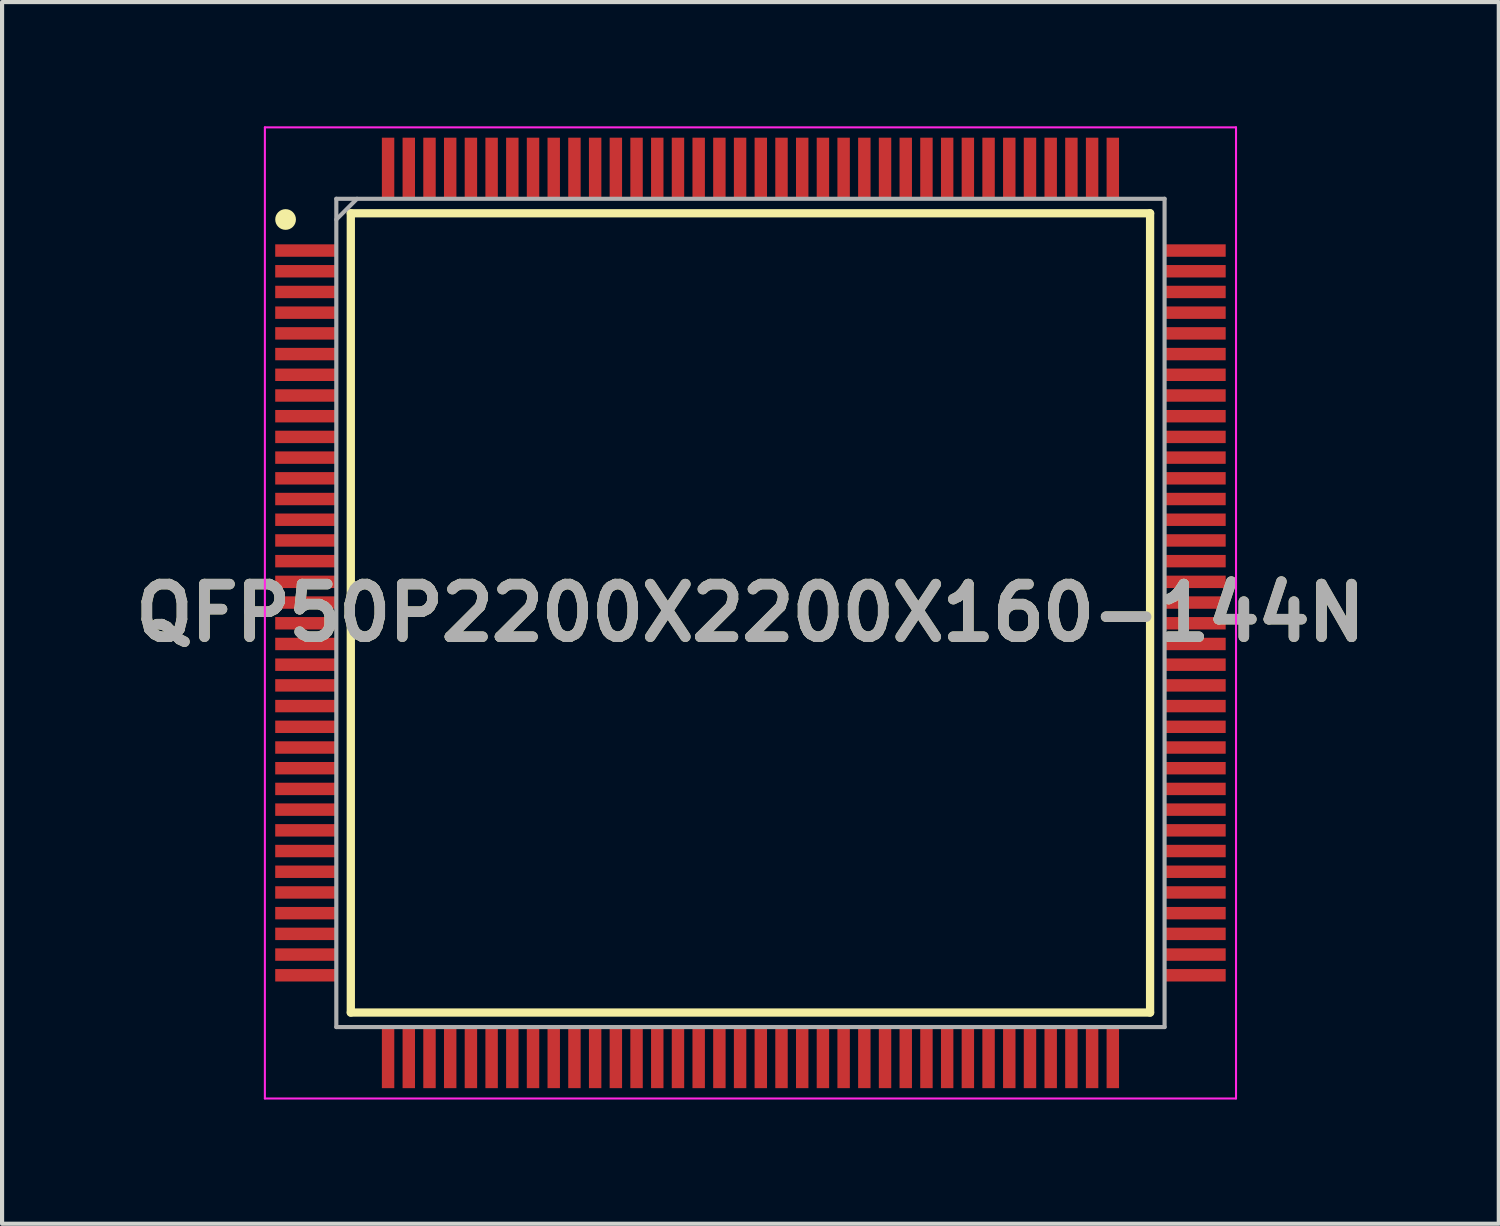
<source format=kicad_pcb>
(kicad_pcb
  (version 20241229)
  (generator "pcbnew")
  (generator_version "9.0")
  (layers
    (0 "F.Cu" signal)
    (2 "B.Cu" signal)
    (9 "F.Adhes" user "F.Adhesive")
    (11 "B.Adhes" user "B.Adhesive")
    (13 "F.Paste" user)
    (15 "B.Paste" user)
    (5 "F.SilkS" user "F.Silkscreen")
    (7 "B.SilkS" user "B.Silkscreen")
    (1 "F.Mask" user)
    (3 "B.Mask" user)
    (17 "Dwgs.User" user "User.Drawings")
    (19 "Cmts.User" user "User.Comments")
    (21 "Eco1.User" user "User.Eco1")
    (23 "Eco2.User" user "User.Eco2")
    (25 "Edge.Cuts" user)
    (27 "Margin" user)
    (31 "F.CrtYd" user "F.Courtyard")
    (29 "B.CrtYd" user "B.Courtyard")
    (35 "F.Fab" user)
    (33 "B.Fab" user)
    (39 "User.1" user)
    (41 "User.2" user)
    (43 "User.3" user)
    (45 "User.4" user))
  (footprint "QFP50P2200X2200X160-144N"
    (layer "F.Cu")
    (at 15.071 11.75)
    (property "Reference" "QFP50P2200X2200X160-144N" (at 0 0 0) (layer "F.SilkS") (effects (font (size 1.27 1.27) (thickness 0.254))))
    (attr smd)
    (fp_line (start -9.65 -9.65) (end 9.65 -9.65) (stroke (width 0.2) (type solid)) (layer "F.SilkS"))
    (fp_line (start -9.65 9.65) (end -9.65 -9.65) (stroke (width 0.2) (type solid)) (layer "F.SilkS"))
    (fp_line (start 9.65 -9.65) (end 9.65 9.65) (stroke (width 0.2) (type solid)) (layer "F.SilkS"))
    (fp_line (start 9.65 9.65) (end -9.65 9.65) (stroke (width 0.2) (type solid)) (layer "F.SilkS"))
    (fp_circle (center -11.225 -9.5) (end -11.225 -9.375) (stroke (width 0.25) (type solid)) (fill no) (layer "F.SilkS"))
    (fp_line (start -11.725 -11.725) (end 11.725 -11.725) (stroke (width 0.05) (type solid)) (layer "F.CrtYd"))
    (fp_line (start -11.725 11.725) (end -11.725 -11.725) (stroke (width 0.05) (type solid)) (layer "F.CrtYd"))
    (fp_line (start 11.725 -11.725) (end 11.725 11.725) (stroke (width 0.05) (type solid)) (layer "F.CrtYd"))
    (fp_line (start 11.725 11.725) (end -11.725 11.725) (stroke (width 0.05) (type solid)) (layer "F.CrtYd"))
    (fp_line (start -10 -10) (end 10 -10) (stroke (width 0.1) (type solid)) (layer "F.Fab"))
    (fp_line (start -10 -9.5) (end -9.5 -10) (stroke (width 0.1) (type solid)) (layer "F.Fab"))
    (fp_line (start -10 10) (end -10 -10) (stroke (width 0.1) (type solid)) (layer "F.Fab"))
    (fp_line (start 10 -10) (end 10 10) (stroke (width 0.1) (type solid)) (layer "F.Fab"))
    (fp_line (start 10 10) (end -10 10) (stroke (width 0.1) (type solid)) (layer "F.Fab"))
    (fp_text user "${REFERENCE}" (at 0 0 0) (layer "F.Fab") (effects (font (size 1.27 1.27) (thickness 0.254))))
    (pad "1" smd rect (at -10.738 -8.75 90) (size 0.3 1.475) (layers "F.Cu" "F.Mask" "F.Paste"))
    (pad "2" smd rect (at -10.738 -8.25 90) (size 0.3 1.475) (layers "F.Cu" "F.Mask" "F.Paste"))
    (pad "3" smd rect (at -10.738 -7.75 90) (size 0.3 1.475) (layers "F.Cu" "F.Mask" "F.Paste"))
    (pad "4" smd rect (at -10.738 -7.25 90) (size 0.3 1.475) (layers "F.Cu" "F.Mask" "F.Paste"))
    (pad "5" smd rect (at -10.738 -6.75 90) (size 0.3 1.475) (layers "F.Cu" "F.Mask" "F.Paste"))
    (pad "6" smd rect (at -10.738 -6.25 90) (size 0.3 1.475) (layers "F.Cu" "F.Mask" "F.Paste"))
    (pad "7" smd rect (at -10.738 -5.75 90) (size 0.3 1.475) (layers "F.Cu" "F.Mask" "F.Paste"))
    (pad "8" smd rect (at -10.738 -5.25 90) (size 0.3 1.475) (layers "F.Cu" "F.Mask" "F.Paste"))
    (pad "9" smd rect (at -10.738 -4.75 90) (size 0.3 1.475) (layers "F.Cu" "F.Mask" "F.Paste"))
    (pad "10" smd rect (at -10.738 -4.25 90) (size 0.3 1.475) (layers "F.Cu" "F.Mask" "F.Paste"))
    (pad "11" smd rect (at -10.738 -3.75 90) (size 0.3 1.475) (layers "F.Cu" "F.Mask" "F.Paste"))
    (pad "12" smd rect (at -10.738 -3.25 90) (size 0.3 1.475) (layers "F.Cu" "F.Mask" "F.Paste"))
    (pad "13" smd rect (at -10.738 -2.75 90) (size 0.3 1.475) (layers "F.Cu" "F.Mask" "F.Paste"))
    (pad "14" smd rect (at -10.738 -2.25 90) (size 0.3 1.475) (layers "F.Cu" "F.Mask" "F.Paste"))
    (pad "15" smd rect (at -10.738 -1.75 90) (size 0.3 1.475) (layers "F.Cu" "F.Mask" "F.Paste"))
    (pad "16" smd rect (at -10.738 -1.25 90) (size 0.3 1.475) (layers "F.Cu" "F.Mask" "F.Paste"))
    (pad "17" smd rect (at -10.738 -0.75 90) (size 0.3 1.475) (layers "F.Cu" "F.Mask" "F.Paste"))
    (pad "18" smd rect (at -10.738 -0.25 90) (size 0.3 1.475) (layers "F.Cu" "F.Mask" "F.Paste"))
    (pad "19" smd rect (at -10.738 0.25 90) (size 0.3 1.475) (layers "F.Cu" "F.Mask" "F.Paste"))
    (pad "20" smd rect (at -10.738 0.75 90) (size 0.3 1.475) (layers "F.Cu" "F.Mask" "F.Paste"))
    (pad "21" smd rect (at -10.738 1.25 90) (size 0.3 1.475) (layers "F.Cu" "F.Mask" "F.Paste"))
    (pad "22" smd rect (at -10.738 1.75 90) (size 0.3 1.475) (layers "F.Cu" "F.Mask" "F.Paste"))
    (pad "23" smd rect (at -10.738 2.25 90) (size 0.3 1.475) (layers "F.Cu" "F.Mask" "F.Paste"))
    (pad "24" smd rect (at -10.738 2.75 90) (size 0.3 1.475) (layers "F.Cu" "F.Mask" "F.Paste"))
    (pad "25" smd rect (at -10.738 3.25 90) (size 0.3 1.475) (layers "F.Cu" "F.Mask" "F.Paste"))
    (pad "26" smd rect (at -10.738 3.75 90) (size 0.3 1.475) (layers "F.Cu" "F.Mask" "F.Paste"))
    (pad "27" smd rect (at -10.738 4.25 90) (size 0.3 1.475) (layers "F.Cu" "F.Mask" "F.Paste"))
    (pad "28" smd rect (at -10.738 4.75 90) (size 0.3 1.475) (layers "F.Cu" "F.Mask" "F.Paste"))
    (pad "29" smd rect (at -10.738 5.25 90) (size 0.3 1.475) (layers "F.Cu" "F.Mask" "F.Paste"))
    (pad "30" smd rect (at -10.738 5.75 90) (size 0.3 1.475) (layers "F.Cu" "F.Mask" "F.Paste"))
    (pad "31" smd rect (at -10.738 6.25 90) (size 0.3 1.475) (layers "F.Cu" "F.Mask" "F.Paste"))
    (pad "32" smd rect (at -10.738 6.75 90) (size 0.3 1.475) (layers "F.Cu" "F.Mask" "F.Paste"))
    (pad "33" smd rect (at -10.738 7.25 90) (size 0.3 1.475) (layers "F.Cu" "F.Mask" "F.Paste"))
    (pad "34" smd rect (at -10.738 7.75 90) (size 0.3 1.475) (layers "F.Cu" "F.Mask" "F.Paste"))
    (pad "35" smd rect (at -10.738 8.25 90) (size 0.3 1.475) (layers "F.Cu" "F.Mask" "F.Paste"))
    (pad "36" smd rect (at -10.738 8.75 90) (size 0.3 1.475) (layers "F.Cu" "F.Mask" "F.Paste"))
    (pad "37" smd rect (at -8.75 10.738) (size 0.3 1.475) (layers "F.Cu" "F.Mask" "F.Paste"))
    (pad "38" smd rect (at -8.25 10.738) (size 0.3 1.475) (layers "F.Cu" "F.Mask" "F.Paste"))
    (pad "39" smd rect (at -7.75 10.738) (size 0.3 1.475) (layers "F.Cu" "F.Mask" "F.Paste"))
    (pad "40" smd rect (at -7.25 10.738) (size 0.3 1.475) (layers "F.Cu" "F.Mask" "F.Paste"))
    (pad "41" smd rect (at -6.75 10.738) (size 0.3 1.475) (layers "F.Cu" "F.Mask" "F.Paste"))
    (pad "42" smd rect (at -6.25 10.738) (size 0.3 1.475) (layers "F.Cu" "F.Mask" "F.Paste"))
    (pad "43" smd rect (at -5.75 10.738) (size 0.3 1.475) (layers "F.Cu" "F.Mask" "F.Paste"))
    (pad "44" smd rect (at -5.25 10.738) (size 0.3 1.475) (layers "F.Cu" "F.Mask" "F.Paste"))
    (pad "45" smd rect (at -4.75 10.738) (size 0.3 1.475) (layers "F.Cu" "F.Mask" "F.Paste"))
    (pad "46" smd rect (at -4.25 10.738) (size 0.3 1.475) (layers "F.Cu" "F.Mask" "F.Paste"))
    (pad "47" smd rect (at -3.75 10.738) (size 0.3 1.475) (layers "F.Cu" "F.Mask" "F.Paste"))
    (pad "48" smd rect (at -3.25 10.738) (size 0.3 1.475) (layers "F.Cu" "F.Mask" "F.Paste"))
    (pad "49" smd rect (at -2.75 10.738) (size 0.3 1.475) (layers "F.Cu" "F.Mask" "F.Paste"))
    (pad "50" smd rect (at -2.25 10.738) (size 0.3 1.475) (layers "F.Cu" "F.Mask" "F.Paste"))
    (pad "51" smd rect (at -1.75 10.738) (size 0.3 1.475) (layers "F.Cu" "F.Mask" "F.Paste"))
    (pad "52" smd rect (at -1.25 10.738) (size 0.3 1.475) (layers "F.Cu" "F.Mask" "F.Paste"))
    (pad "53" smd rect (at -0.75 10.738) (size 0.3 1.475) (layers "F.Cu" "F.Mask" "F.Paste"))
    (pad "54" smd rect (at -0.25 10.738) (size 0.3 1.475) (layers "F.Cu" "F.Mask" "F.Paste"))
    (pad "55" smd rect (at 0.25 10.738) (size 0.3 1.475) (layers "F.Cu" "F.Mask" "F.Paste"))
    (pad "56" smd rect (at 0.75 10.738) (size 0.3 1.475) (layers "F.Cu" "F.Mask" "F.Paste"))
    (pad "57" smd rect (at 1.25 10.738) (size 0.3 1.475) (layers "F.Cu" "F.Mask" "F.Paste"))
    (pad "58" smd rect (at 1.75 10.738) (size 0.3 1.475) (layers "F.Cu" "F.Mask" "F.Paste"))
    (pad "59" smd rect (at 2.25 10.738) (size 0.3 1.475) (layers "F.Cu" "F.Mask" "F.Paste"))
    (pad "60" smd rect (at 2.75 10.738) (size 0.3 1.475) (layers "F.Cu" "F.Mask" "F.Paste"))
    (pad "61" smd rect (at 3.25 10.738) (size 0.3 1.475) (layers "F.Cu" "F.Mask" "F.Paste"))
    (pad "62" smd rect (at 3.75 10.738) (size 0.3 1.475) (layers "F.Cu" "F.Mask" "F.Paste"))
    (pad "63" smd rect (at 4.25 10.738) (size 0.3 1.475) (layers "F.Cu" "F.Mask" "F.Paste"))
    (pad "64" smd rect (at 4.75 10.738) (size 0.3 1.475) (layers "F.Cu" "F.Mask" "F.Paste"))
    (pad "65" smd rect (at 5.25 10.738) (size 0.3 1.475) (layers "F.Cu" "F.Mask" "F.Paste"))
    (pad "66" smd rect (at 5.75 10.738) (size 0.3 1.475) (layers "F.Cu" "F.Mask" "F.Paste"))
    (pad "67" smd rect (at 6.25 10.738) (size 0.3 1.475) (layers "F.Cu" "F.Mask" "F.Paste"))
    (pad "68" smd rect (at 6.75 10.738) (size 0.3 1.475) (layers "F.Cu" "F.Mask" "F.Paste"))
    (pad "69" smd rect (at 7.25 10.738) (size 0.3 1.475) (layers "F.Cu" "F.Mask" "F.Paste"))
    (pad "70" smd rect (at 7.75 10.738) (size 0.3 1.475) (layers "F.Cu" "F.Mask" "F.Paste"))
    (pad "71" smd rect (at 8.25 10.738) (size 0.3 1.475) (layers "F.Cu" "F.Mask" "F.Paste"))
    (pad "72" smd rect (at 8.75 10.738) (size 0.3 1.475) (layers "F.Cu" "F.Mask" "F.Paste"))
    (pad "73" smd rect (at 10.738 8.75 90) (size 0.3 1.475) (layers "F.Cu" "F.Mask" "F.Paste"))
    (pad "74" smd rect (at 10.738 8.25 90) (size 0.3 1.475) (layers "F.Cu" "F.Mask" "F.Paste"))
    (pad "75" smd rect (at 10.738 7.75 90) (size 0.3 1.475) (layers "F.Cu" "F.Mask" "F.Paste"))
    (pad "76" smd rect (at 10.738 7.25 90) (size 0.3 1.475) (layers "F.Cu" "F.Mask" "F.Paste"))
    (pad "77" smd rect (at 10.738 6.75 90) (size 0.3 1.475) (layers "F.Cu" "F.Mask" "F.Paste"))
    (pad "78" smd rect (at 10.738 6.25 90) (size 0.3 1.475) (layers "F.Cu" "F.Mask" "F.Paste"))
    (pad "79" smd rect (at 10.738 5.75 90) (size 0.3 1.475) (layers "F.Cu" "F.Mask" "F.Paste"))
    (pad "80" smd rect (at 10.738 5.25 90) (size 0.3 1.475) (layers "F.Cu" "F.Mask" "F.Paste"))
    (pad "81" smd rect (at 10.738 4.75 90) (size 0.3 1.475) (layers "F.Cu" "F.Mask" "F.Paste"))
    (pad "82" smd rect (at 10.738 4.25 90) (size 0.3 1.475) (layers "F.Cu" "F.Mask" "F.Paste"))
    (pad "83" smd rect (at 10.738 3.75 90) (size 0.3 1.475) (layers "F.Cu" "F.Mask" "F.Paste"))
    (pad "84" smd rect (at 10.738 3.25 90) (size 0.3 1.475) (layers "F.Cu" "F.Mask" "F.Paste"))
    (pad "85" smd rect (at 10.738 2.75 90) (size 0.3 1.475) (layers "F.Cu" "F.Mask" "F.Paste"))
    (pad "86" smd rect (at 10.738 2.25 90) (size 0.3 1.475) (layers "F.Cu" "F.Mask" "F.Paste"))
    (pad "87" smd rect (at 10.738 1.75 90) (size 0.3 1.475) (layers "F.Cu" "F.Mask" "F.Paste"))
    (pad "88" smd rect (at 10.738 1.25 90) (size 0.3 1.475) (layers "F.Cu" "F.Mask" "F.Paste"))
    (pad "89" smd rect (at 10.738 0.75 90) (size 0.3 1.475) (layers "F.Cu" "F.Mask" "F.Paste"))
    (pad "90" smd rect (at 10.738 0.25 90) (size 0.3 1.475) (layers "F.Cu" "F.Mask" "F.Paste"))
    (pad "91" smd rect (at 10.738 -0.25 90) (size 0.3 1.475) (layers "F.Cu" "F.Mask" "F.Paste"))
    (pad "92" smd rect (at 10.738 -0.75 90) (size 0.3 1.475) (layers "F.Cu" "F.Mask" "F.Paste"))
    (pad "93" smd rect (at 10.738 -1.25 90) (size 0.3 1.475) (layers "F.Cu" "F.Mask" "F.Paste"))
    (pad "94" smd rect (at 10.738 -1.75 90) (size 0.3 1.475) (layers "F.Cu" "F.Mask" "F.Paste"))
    (pad "95" smd rect (at 10.738 -2.25 90) (size 0.3 1.475) (layers "F.Cu" "F.Mask" "F.Paste"))
    (pad "96" smd rect (at 10.738 -2.75 90) (size 0.3 1.475) (layers "F.Cu" "F.Mask" "F.Paste"))
    (pad "97" smd rect (at 10.738 -3.25 90) (size 0.3 1.475) (layers "F.Cu" "F.Mask" "F.Paste"))
    (pad "98" smd rect (at 10.738 -3.75 90) (size 0.3 1.475) (layers "F.Cu" "F.Mask" "F.Paste"))
    (pad "99" smd rect (at 10.738 -4.25 90) (size 0.3 1.475) (layers "F.Cu" "F.Mask" "F.Paste"))
    (pad "100" smd rect (at 10.738 -4.75 90) (size 0.3 1.475) (layers "F.Cu" "F.Mask" "F.Paste"))
    (pad "101" smd rect (at 10.738 -5.25 90) (size 0.3 1.475) (layers "F.Cu" "F.Mask" "F.Paste"))
    (pad "102" smd rect (at 10.738 -5.75 90) (size 0.3 1.475) (layers "F.Cu" "F.Mask" "F.Paste"))
    (pad "103" smd rect (at 10.738 -6.25 90) (size 0.3 1.475) (layers "F.Cu" "F.Mask" "F.Paste"))
    (pad "104" smd rect (at 10.738 -6.75 90) (size 0.3 1.475) (layers "F.Cu" "F.Mask" "F.Paste"))
    (pad "105" smd rect (at 10.738 -7.25 90) (size 0.3 1.475) (layers "F.Cu" "F.Mask" "F.Paste"))
    (pad "106" smd rect (at 10.738 -7.75 90) (size 0.3 1.475) (layers "F.Cu" "F.Mask" "F.Paste"))
    (pad "107" smd rect (at 10.738 -8.25 90) (size 0.3 1.475) (layers "F.Cu" "F.Mask" "F.Paste"))
    (pad "108" smd rect (at 10.738 -8.75 90) (size 0.3 1.475) (layers "F.Cu" "F.Mask" "F.Paste"))
    (pad "109" smd rect (at 8.75 -10.738) (size 0.3 1.475) (layers "F.Cu" "F.Mask" "F.Paste"))
    (pad "110" smd rect (at 8.25 -10.738) (size 0.3 1.475) (layers "F.Cu" "F.Mask" "F.Paste"))
    (pad "111" smd rect (at 7.75 -10.738) (size 0.3 1.475) (layers "F.Cu" "F.Mask" "F.Paste"))
    (pad "112" smd rect (at 7.25 -10.738) (size 0.3 1.475) (layers "F.Cu" "F.Mask" "F.Paste"))
    (pad "113" smd rect (at 6.75 -10.738) (size 0.3 1.475) (layers "F.Cu" "F.Mask" "F.Paste"))
    (pad "114" smd rect (at 6.25 -10.738) (size 0.3 1.475) (layers "F.Cu" "F.Mask" "F.Paste"))
    (pad "115" smd rect (at 5.75 -10.738) (size 0.3 1.475) (layers "F.Cu" "F.Mask" "F.Paste"))
    (pad "116" smd rect (at 5.25 -10.738) (size 0.3 1.475) (layers "F.Cu" "F.Mask" "F.Paste"))
    (pad "117" smd rect (at 4.75 -10.738) (size 0.3 1.475) (layers "F.Cu" "F.Mask" "F.Paste"))
    (pad "118" smd rect (at 4.25 -10.738) (size 0.3 1.475) (layers "F.Cu" "F.Mask" "F.Paste"))
    (pad "119" smd rect (at 3.75 -10.738) (size 0.3 1.475) (layers "F.Cu" "F.Mask" "F.Paste"))
    (pad "120" smd rect (at 3.25 -10.738) (size 0.3 1.475) (layers "F.Cu" "F.Mask" "F.Paste"))
    (pad "121" smd rect (at 2.75 -10.738) (size 0.3 1.475) (layers "F.Cu" "F.Mask" "F.Paste"))
    (pad "122" smd rect (at 2.25 -10.738) (size 0.3 1.475) (layers "F.Cu" "F.Mask" "F.Paste"))
    (pad "123" smd rect (at 1.75 -10.738) (size 0.3 1.475) (layers "F.Cu" "F.Mask" "F.Paste"))
    (pad "124" smd rect (at 1.25 -10.738) (size 0.3 1.475) (layers "F.Cu" "F.Mask" "F.Paste"))
    (pad "125" smd rect (at 0.75 -10.738) (size 0.3 1.475) (layers "F.Cu" "F.Mask" "F.Paste"))
    (pad "126" smd rect (at 0.25 -10.738) (size 0.3 1.475) (layers "F.Cu" "F.Mask" "F.Paste"))
    (pad "127" smd rect (at -0.25 -10.738) (size 0.3 1.475) (layers "F.Cu" "F.Mask" "F.Paste"))
    (pad "128" smd rect (at -0.75 -10.738) (size 0.3 1.475) (layers "F.Cu" "F.Mask" "F.Paste"))
    (pad "129" smd rect (at -1.25 -10.738) (size 0.3 1.475) (layers "F.Cu" "F.Mask" "F.Paste"))
    (pad "130" smd rect (at -1.75 -10.738) (size 0.3 1.475) (layers "F.Cu" "F.Mask" "F.Paste"))
    (pad "131" smd rect (at -2.25 -10.738) (size 0.3 1.475) (layers "F.Cu" "F.Mask" "F.Paste"))
    (pad "132" smd rect (at -2.75 -10.738) (size 0.3 1.475) (layers "F.Cu" "F.Mask" "F.Paste"))
    (pad "133" smd rect (at -3.25 -10.738) (size 0.3 1.475) (layers "F.Cu" "F.Mask" "F.Paste"))
    (pad "134" smd rect (at -3.75 -10.738) (size 0.3 1.475) (layers "F.Cu" "F.Mask" "F.Paste"))
    (pad "135" smd rect (at -4.25 -10.738) (size 0.3 1.475) (layers "F.Cu" "F.Mask" "F.Paste"))
    (pad "136" smd rect (at -4.75 -10.738) (size 0.3 1.475) (layers "F.Cu" "F.Mask" "F.Paste"))
    (pad "137" smd rect (at -5.25 -10.738) (size 0.3 1.475) (layers "F.Cu" "F.Mask" "F.Paste"))
    (pad "138" smd rect (at -5.75 -10.738) (size 0.3 1.475) (layers "F.Cu" "F.Mask" "F.Paste"))
    (pad "139" smd rect (at -6.25 -10.738) (size 0.3 1.475) (layers "F.Cu" "F.Mask" "F.Paste"))
    (pad "140" smd rect (at -6.75 -10.738) (size 0.3 1.475) (layers "F.Cu" "F.Mask" "F.Paste"))
    (pad "141" smd rect (at -7.25 -10.738) (size 0.3 1.475) (layers "F.Cu" "F.Mask" "F.Paste"))
    (pad "142" smd rect (at -7.75 -10.738) (size 0.3 1.475) (layers "F.Cu" "F.Mask" "F.Paste"))
    (pad "143" smd rect (at -8.25 -10.738) (size 0.3 1.475) (layers "F.Cu" "F.Mask" "F.Paste"))
    (pad "144" smd rect (at -8.75 -10.738) (size 0.3 1.475) (layers "F.Cu" "F.Mask" "F.Paste")))
  (gr_rect
    (start -3 -3)
    (end 33.141 26.5)
    (stroke (width 0.1) (type default))
    (fill no)
    (layer "Edge.Cuts")))
</source>
